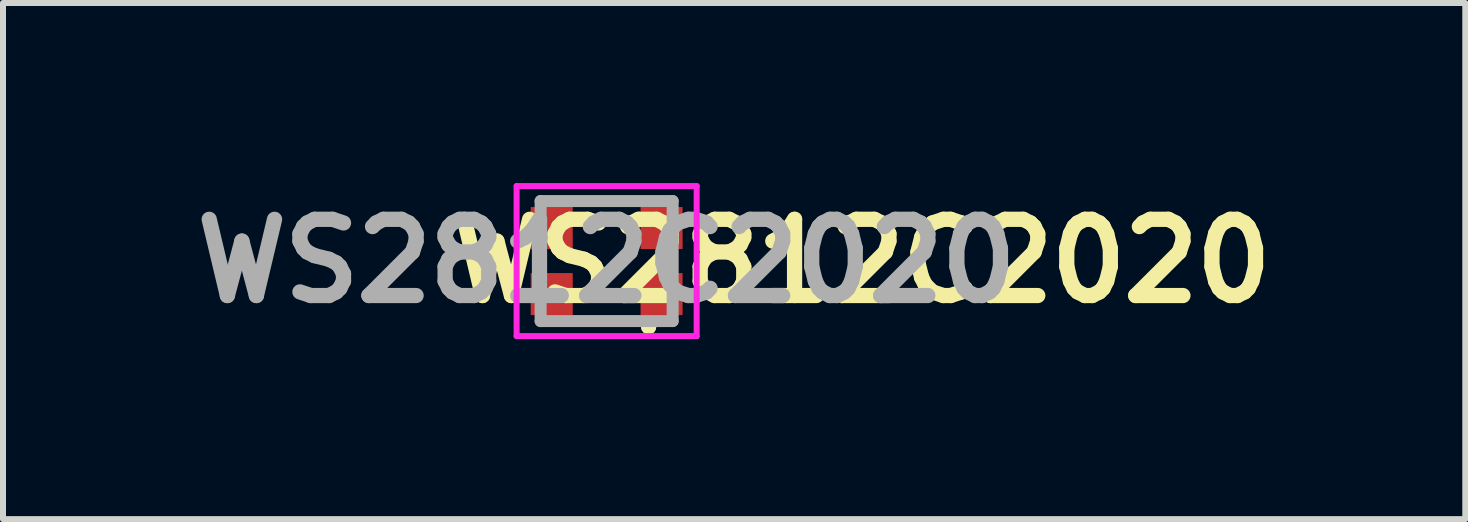
<source format=kicad_pcb>
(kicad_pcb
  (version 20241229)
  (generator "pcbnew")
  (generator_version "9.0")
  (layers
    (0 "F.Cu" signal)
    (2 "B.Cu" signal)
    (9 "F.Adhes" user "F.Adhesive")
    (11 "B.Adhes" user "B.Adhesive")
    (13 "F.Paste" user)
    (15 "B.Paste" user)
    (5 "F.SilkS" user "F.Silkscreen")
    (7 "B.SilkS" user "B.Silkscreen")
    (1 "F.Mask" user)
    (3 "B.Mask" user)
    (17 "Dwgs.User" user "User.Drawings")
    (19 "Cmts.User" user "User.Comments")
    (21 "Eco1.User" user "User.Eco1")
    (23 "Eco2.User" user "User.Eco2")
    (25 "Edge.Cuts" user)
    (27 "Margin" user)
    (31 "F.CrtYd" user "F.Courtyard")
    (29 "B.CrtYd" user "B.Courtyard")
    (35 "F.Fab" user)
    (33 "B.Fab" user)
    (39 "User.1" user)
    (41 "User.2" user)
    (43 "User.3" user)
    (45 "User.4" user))
  (footprint "WS2812C2020"
    (layer "F.Cu")
    (at 7.058 1.3)
    (property "Reference" "WS2812C2020" (at 4.25 0 0) (layer "F.SilkS") (effects (font (size 1.27 1.27) (thickness 0.254))))
    (attr smd)
    (fp_line (start -0.4 -1) (end 0.4 -1) (stroke (width 0.1) (type solid)) (layer "F.SilkS"))
    (fp_line (start -0.4 1) (end 0.4 1) (stroke (width 0.1) (type solid)) (layer "F.SilkS"))
    (fp_arc (start 0.6746 1.1) (mid 0.7 1.0746) (end 0.7254 1.1) (stroke (width 0.2) (type solid)) (layer "F.SilkS"))
    (fp_arc (start 0.7254 1.1) (mid 0.7 1.1254) (end 0.6746 1.1) (stroke (width 0.2) (type solid)) (layer "F.SilkS"))
    (fp_line (start -1.5 -1.25) (end 1.5 -1.25) (stroke (width 0.1) (type solid)) (layer "F.CrtYd"))
    (fp_line (start -1.5 1.25) (end -1.5 -1.25) (stroke (width 0.1) (type solid)) (layer "F.CrtYd"))
    (fp_line (start 1.5 -1.25) (end 1.5 1.25) (stroke (width 0.1) (type solid)) (layer "F.CrtYd"))
    (fp_line (start 1.5 1.25) (end -1.5 1.25) (stroke (width 0.1) (type solid)) (layer "F.CrtYd"))
    (fp_line (start -1.1 -1) (end 1.1 -1) (stroke (width 0.2) (type solid)) (layer "F.Fab"))
    (fp_line (start -1.1 1) (end -1.1 -1) (stroke (width 0.2) (type solid)) (layer "F.Fab"))
    (fp_line (start 1.1 -1) (end 1.1 1) (stroke (width 0.2) (type solid)) (layer "F.Fab"))
    (fp_line (start 1.1 1) (end -1.1 1) (stroke (width 0.2) (type solid)) (layer "F.Fab"))
    (fp_text user "${REFERENCE}" (at 0 0 0) (layer "F.Fab") (effects (font (size 1.27 1.27) (thickness 0.254))))
    (pad "1" smd rect (at 0.915 0.55 90) (size 0.7 0.7) (layers "F.Cu" "F.Mask" "F.Paste"))
    (pad "2" smd rect (at 0.915 -0.55 90) (size 0.7 0.7) (layers "F.Cu" "F.Mask" "F.Paste"))
    (pad "3" smd rect (at -0.915 -0.55 90) (size 0.7 0.7) (layers "F.Cu" "F.Mask" "F.Paste"))
    (pad "4" smd rect (at -0.915 0.55 90) (size 0.7 0.7) (layers "F.Cu" "F.Mask" "F.Paste")))
  (gr_rect
    (start -3 -3)
    (end 21.365 5.6)
    (stroke (width 0.1) (type default))
    (fill no)
    (layer "Edge.Cuts")))
</source>
